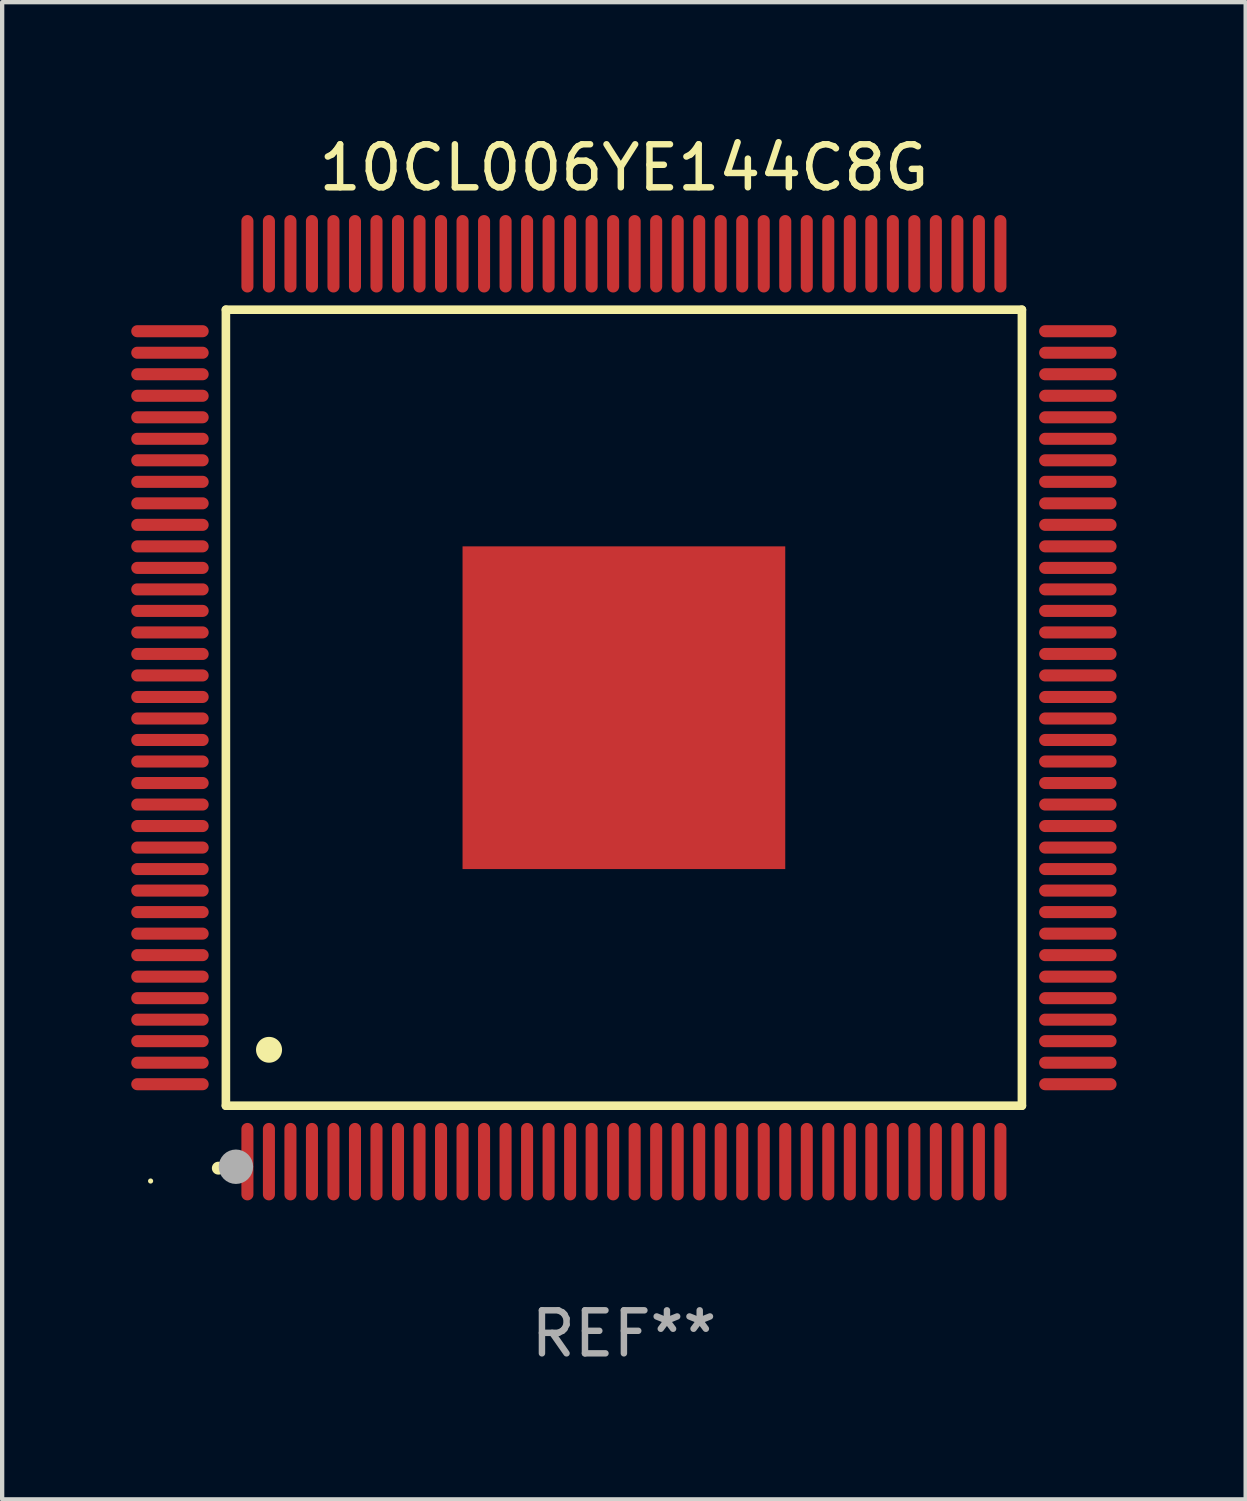
<source format=kicad_pcb>
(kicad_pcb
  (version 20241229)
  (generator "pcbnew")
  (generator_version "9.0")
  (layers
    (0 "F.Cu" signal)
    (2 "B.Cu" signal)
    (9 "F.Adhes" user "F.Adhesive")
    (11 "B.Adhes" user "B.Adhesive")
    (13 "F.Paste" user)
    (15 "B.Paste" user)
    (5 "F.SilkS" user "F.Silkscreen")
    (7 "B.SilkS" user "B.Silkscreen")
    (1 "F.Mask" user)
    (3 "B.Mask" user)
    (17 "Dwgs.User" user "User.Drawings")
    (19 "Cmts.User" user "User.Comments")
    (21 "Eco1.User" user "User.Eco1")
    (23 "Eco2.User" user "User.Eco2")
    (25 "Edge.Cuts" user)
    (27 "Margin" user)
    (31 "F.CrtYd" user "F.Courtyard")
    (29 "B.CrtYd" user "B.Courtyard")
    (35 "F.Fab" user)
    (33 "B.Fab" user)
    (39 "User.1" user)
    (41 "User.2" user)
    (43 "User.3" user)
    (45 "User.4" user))
  (footprint "10CL006YE144C8G"
    (layer "F.Cu")
    (at 11.45 13.398)
    (property "Reference" "10CL006YE144C8G" (at 0 -12.55 0) (layer "F.SilkS") (effects (font (size 1 1) (thickness 0.15))))
    (attr through_hole)
    (fp_line (start -9.25 -9.25) (end 9.25 -9.25) (stroke (width 0.2) (type solid)) (layer "F.SilkS"))
    (fp_line (start -9.25 9.25) (end -9.25 -9.25) (stroke (width 0.2) (type solid)) (layer "F.SilkS"))
    (fp_line (start 9.25 -9.25) (end 9.25 9.25) (stroke (width 0.2) (type solid)) (layer "F.SilkS"))
    (fp_line (start 9.25 9.25) (end -9.25 9.25) (stroke (width 0.2) (type solid)) (layer "F.SilkS"))
    (fp_arc (start -9.425959 10.701041) (mid -9.424689 10.701036) (end -9.423419 10.701041) (stroke (width 0.3) (type solid)) (layer "F.SilkS"))
    (fp_arc (start -8.249936 7.950216) (mid -8.247396 7.950205) (end -8.244856 7.950216) (stroke (width 0.6) (type solid)) (layer "F.SilkS"))
    (fp_circle (center -11 11) (end -10.97 11) (stroke (width 0.06) (type solid)) (fill no) (layer "F.SilkS"))
    (fp_circle (center -9.017 10.668) (end -8.817 10.668) (stroke (width 0.4) (type solid)) (fill no) (layer "F.Fab"))
    (fp_text user "REF**" (at 0 14.55 0) (layer "F.Fab") (effects (font (size 1 1) (thickness 0.15))))
    (pad "1" smd oval (at -8.75 10.55 180) (size 0.28 1.8) (layers "F.Cu" "F.Mask" "F.Paste"))
    (pad "2" smd oval (at -8.25 10.55 180) (size 0.28 1.8) (layers "F.Cu" "F.Mask" "F.Paste"))
    (pad "3" smd oval (at -7.75 10.55 180) (size 0.28 1.8) (layers "F.Cu" "F.Mask" "F.Paste"))
    (pad "4" smd oval (at -7.25 10.55 180) (size 0.28 1.8) (layers "F.Cu" "F.Mask" "F.Paste"))
    (pad "5" smd oval (at -6.75 10.55 180) (size 0.28 1.8) (layers "F.Cu" "F.Mask" "F.Paste"))
    (pad "6" smd oval (at -6.25 10.55 180) (size 0.28 1.8) (layers "F.Cu" "F.Mask" "F.Paste"))
    (pad "7" smd oval (at -5.75 10.55 180) (size 0.28 1.8) (layers "F.Cu" "F.Mask" "F.Paste"))
    (pad "8" smd oval (at -5.25 10.55 180) (size 0.28 1.8) (layers "F.Cu" "F.Mask" "F.Paste"))
    (pad "9" smd oval (at -4.75 10.55 180) (size 0.28 1.8) (layers "F.Cu" "F.Mask" "F.Paste"))
    (pad "10" smd oval (at -4.25 10.55 180) (size 0.28 1.8) (layers "F.Cu" "F.Mask" "F.Paste"))
    (pad "11" smd oval (at -3.75 10.55 180) (size 0.28 1.8) (layers "F.Cu" "F.Mask" "F.Paste"))
    (pad "12" smd oval (at -3.25 10.55 180) (size 0.28 1.8) (layers "F.Cu" "F.Mask" "F.Paste"))
    (pad "13" smd oval (at -2.75 10.55 180) (size 0.28 1.8) (layers "F.Cu" "F.Mask" "F.Paste"))
    (pad "14" smd oval (at -2.25 10.55 180) (size 0.28 1.8) (layers "F.Cu" "F.Mask" "F.Paste"))
    (pad "15" smd oval (at -1.75 10.55 180) (size 0.28 1.8) (layers "F.Cu" "F.Mask" "F.Paste"))
    (pad "16" smd oval (at -1.25 10.55 180) (size 0.28 1.8) (layers "F.Cu" "F.Mask" "F.Paste"))
    (pad "17" smd oval (at -0.75 10.55 180) (size 0.28 1.8) (layers "F.Cu" "F.Mask" "F.Paste"))
    (pad "18" smd oval (at -0.25 10.55 180) (size 0.28 1.8) (layers "F.Cu" "F.Mask" "F.Paste"))
    (pad "19" smd oval (at 0.25 10.55 180) (size 0.28 1.8) (layers "F.Cu" "F.Mask" "F.Paste"))
    (pad "20" smd oval (at 0.75 10.55 180) (size 0.28 1.8) (layers "F.Cu" "F.Mask" "F.Paste"))
    (pad "21" smd oval (at 1.25 10.55 180) (size 0.28 1.8) (layers "F.Cu" "F.Mask" "F.Paste"))
    (pad "22" smd oval (at 1.75 10.55 180) (size 0.28 1.8) (layers "F.Cu" "F.Mask" "F.Paste"))
    (pad "23" smd oval (at 2.25 10.55 180) (size 0.28 1.8) (layers "F.Cu" "F.Mask" "F.Paste"))
    (pad "24" smd oval (at 2.75 10.55 180) (size 0.28 1.8) (layers "F.Cu" "F.Mask" "F.Paste"))
    (pad "25" smd oval (at 3.25 10.55 180) (size 0.28 1.8) (layers "F.Cu" "F.Mask" "F.Paste"))
    (pad "26" smd oval (at 3.75 10.55 180) (size 0.28 1.8) (layers "F.Cu" "F.Mask" "F.Paste"))
    (pad "27" smd oval (at 4.25 10.55 180) (size 0.28 1.8) (layers "F.Cu" "F.Mask" "F.Paste"))
    (pad "28" smd oval (at 4.75 10.55 180) (size 0.28 1.8) (layers "F.Cu" "F.Mask" "F.Paste"))
    (pad "29" smd oval (at 5.25 10.55 180) (size 0.28 1.8) (layers "F.Cu" "F.Mask" "F.Paste"))
    (pad "30" smd oval (at 5.75 10.55 180) (size 0.28 1.8) (layers "F.Cu" "F.Mask" "F.Paste"))
    (pad "31" smd oval (at 6.25 10.55 180) (size 0.28 1.8) (layers "F.Cu" "F.Mask" "F.Paste"))
    (pad "32" smd oval (at 6.75 10.55 180) (size 0.28 1.8) (layers "F.Cu" "F.Mask" "F.Paste"))
    (pad "33" smd oval (at 7.25 10.55 180) (size 0.28 1.8) (layers "F.Cu" "F.Mask" "F.Paste"))
    (pad "34" smd oval (at 7.75 10.55 180) (size 0.28 1.8) (layers "F.Cu" "F.Mask" "F.Paste"))
    (pad "35" smd oval (at 8.25 10.55 180) (size 0.28 1.8) (layers "F.Cu" "F.Mask" "F.Paste"))
    (pad "36" smd oval (at 8.75 10.55 180) (size 0.28 1.8) (layers "F.Cu" "F.Mask" "F.Paste"))
    (pad "37" smd oval (at 10.55 8.75 90) (size 0.28 1.8) (layers "F.Cu" "F.Mask" "F.Paste"))
    (pad "38" smd oval (at 10.55 8.25 90) (size 0.28 1.8) (layers "F.Cu" "F.Mask" "F.Paste"))
    (pad "39" smd oval (at 10.55 7.75 90) (size 0.28 1.8) (layers "F.Cu" "F.Mask" "F.Paste"))
    (pad "40" smd oval (at 10.55 7.25 90) (size 0.28 1.8) (layers "F.Cu" "F.Mask" "F.Paste"))
    (pad "41" smd oval (at 10.55 6.75 90) (size 0.28 1.8) (layers "F.Cu" "F.Mask" "F.Paste"))
    (pad "42" smd oval (at 10.55 6.25 90) (size 0.28 1.8) (layers "F.Cu" "F.Mask" "F.Paste"))
    (pad "43" smd oval (at 10.55 5.75 90) (size 0.28 1.8) (layers "F.Cu" "F.Mask" "F.Paste"))
    (pad "44" smd oval (at 10.55 5.25 90) (size 0.28 1.8) (layers "F.Cu" "F.Mask" "F.Paste"))
    (pad "45" smd oval (at 10.55 4.75 90) (size 0.28 1.8) (layers "F.Cu" "F.Mask" "F.Paste"))
    (pad "46" smd oval (at 10.55 4.25 90) (size 0.28 1.8) (layers "F.Cu" "F.Mask" "F.Paste"))
    (pad "47" smd oval (at 10.55 3.75 90) (size 0.28 1.8) (layers "F.Cu" "F.Mask" "F.Paste"))
    (pad "48" smd oval (at 10.55 3.25 90) (size 0.28 1.8) (layers "F.Cu" "F.Mask" "F.Paste"))
    (pad "49" smd oval (at 10.55 2.75 90) (size 0.28 1.8) (layers "F.Cu" "F.Mask" "F.Paste"))
    (pad "50" smd oval (at 10.55 2.25 90) (size 0.28 1.8) (layers "F.Cu" "F.Mask" "F.Paste"))
    (pad "51" smd oval (at 10.55 1.75 90) (size 0.28 1.8) (layers "F.Cu" "F.Mask" "F.Paste"))
    (pad "52" smd oval (at 10.55 1.25 90) (size 0.28 1.8) (layers "F.Cu" "F.Mask" "F.Paste"))
    (pad "53" smd oval (at 10.55 0.75 90) (size 0.28 1.8) (layers "F.Cu" "F.Mask" "F.Paste"))
    (pad "54" smd oval (at 10.55 0.25 90) (size 0.28 1.8) (layers "F.Cu" "F.Mask" "F.Paste"))
    (pad "55" smd oval (at 10.55 -0.25 90) (size 0.28 1.8) (layers "F.Cu" "F.Mask" "F.Paste"))
    (pad "56" smd oval (at 10.55 -0.75 90) (size 0.28 1.8) (layers "F.Cu" "F.Mask" "F.Paste"))
    (pad "57" smd oval (at 10.55 -1.25 90) (size 0.28 1.8) (layers "F.Cu" "F.Mask" "F.Paste"))
    (pad "58" smd oval (at 10.55 -1.75 90) (size 0.28 1.8) (layers "F.Cu" "F.Mask" "F.Paste"))
    (pad "59" smd oval (at 10.55 -2.25 90) (size 0.28 1.8) (layers "F.Cu" "F.Mask" "F.Paste"))
    (pad "60" smd oval (at 10.55 -2.75 90) (size 0.28 1.8) (layers "F.Cu" "F.Mask" "F.Paste"))
    (pad "61" smd oval (at 10.55 -3.25 90) (size 0.28 1.8) (layers "F.Cu" "F.Mask" "F.Paste"))
    (pad "62" smd oval (at 10.55 -3.75 90) (size 0.28 1.8) (layers "F.Cu" "F.Mask" "F.Paste"))
    (pad "63" smd oval (at 10.55 -4.25 90) (size 0.28 1.8) (layers "F.Cu" "F.Mask" "F.Paste"))
    (pad "64" smd oval (at 10.55 -4.75 90) (size 0.28 1.8) (layers "F.Cu" "F.Mask" "F.Paste"))
    (pad "65" smd oval (at 10.55 -5.25 90) (size 0.28 1.8) (layers "F.Cu" "F.Mask" "F.Paste"))
    (pad "66" smd oval (at 10.55 -5.75 90) (size 0.28 1.8) (layers "F.Cu" "F.Mask" "F.Paste"))
    (pad "67" smd oval (at 10.55 -6.25 90) (size 0.28 1.8) (layers "F.Cu" "F.Mask" "F.Paste"))
    (pad "68" smd oval (at 10.55 -6.75 90) (size 0.28 1.8) (layers "F.Cu" "F.Mask" "F.Paste"))
    (pad "69" smd oval (at 10.55 -7.25 90) (size 0.28 1.8) (layers "F.Cu" "F.Mask" "F.Paste"))
    (pad "70" smd oval (at 10.55 -7.75 90) (size 0.28 1.8) (layers "F.Cu" "F.Mask" "F.Paste"))
    (pad "71" smd oval (at 10.55 -8.25 90) (size 0.28 1.8) (layers "F.Cu" "F.Mask" "F.Paste"))
    (pad "72" smd oval (at 10.55 -8.75 90) (size 0.28 1.8) (layers "F.Cu" "F.Mask" "F.Paste"))
    (pad "73" smd oval (at 8.75 -10.55 180) (size 0.28 1.8) (layers "F.Cu" "F.Mask" "F.Paste"))
    (pad "74" smd oval (at 8.25 -10.55 180) (size 0.28 1.8) (layers "F.Cu" "F.Mask" "F.Paste"))
    (pad "75" smd oval (at 7.75 -10.55 180) (size 0.28 1.8) (layers "F.Cu" "F.Mask" "F.Paste"))
    (pad "76" smd oval (at 7.25 -10.55 180) (size 0.28 1.8) (layers "F.Cu" "F.Mask" "F.Paste"))
    (pad "77" smd oval (at 6.75 -10.55 180) (size 0.28 1.8) (layers "F.Cu" "F.Mask" "F.Paste"))
    (pad "78" smd oval (at 6.25 -10.55 180) (size 0.28 1.8) (layers "F.Cu" "F.Mask" "F.Paste"))
    (pad "79" smd oval (at 5.75 -10.55 180) (size 0.28 1.8) (layers "F.Cu" "F.Mask" "F.Paste"))
    (pad "80" smd oval (at 5.25 -10.55 180) (size 0.28 1.8) (layers "F.Cu" "F.Mask" "F.Paste"))
    (pad "81" smd oval (at 4.75 -10.55 180) (size 0.28 1.8) (layers "F.Cu" "F.Mask" "F.Paste"))
    (pad "82" smd oval (at 4.25 -10.55 180) (size 0.28 1.8) (layers "F.Cu" "F.Mask" "F.Paste"))
    (pad "83" smd oval (at 3.75 -10.55 180) (size 0.28 1.8) (layers "F.Cu" "F.Mask" "F.Paste"))
    (pad "84" smd oval (at 3.25 -10.55 180) (size 0.28 1.8) (layers "F.Cu" "F.Mask" "F.Paste"))
    (pad "85" smd oval (at 2.75 -10.55 180) (size 0.28 1.8) (layers "F.Cu" "F.Mask" "F.Paste"))
    (pad "86" smd oval (at 2.25 -10.55 180) (size 0.28 1.8) (layers "F.Cu" "F.Mask" "F.Paste"))
    (pad "87" smd oval (at 1.75 -10.55 180) (size 0.28 1.8) (layers "F.Cu" "F.Mask" "F.Paste"))
    (pad "88" smd oval (at 1.25 -10.55 180) (size 0.28 1.8) (layers "F.Cu" "F.Mask" "F.Paste"))
    (pad "89" smd oval (at 0.75 -10.55 180) (size 0.28 1.8) (layers "F.Cu" "F.Mask" "F.Paste"))
    (pad "90" smd oval (at 0.25 -10.55 180) (size 0.28 1.8) (layers "F.Cu" "F.Mask" "F.Paste"))
    (pad "91" smd oval (at -0.25 -10.55 180) (size 0.28 1.8) (layers "F.Cu" "F.Mask" "F.Paste"))
    (pad "92" smd oval (at -0.75 -10.55 180) (size 0.28 1.8) (layers "F.Cu" "F.Mask" "F.Paste"))
    (pad "93" smd oval (at -1.25 -10.55 180) (size 0.28 1.8) (layers "F.Cu" "F.Mask" "F.Paste"))
    (pad "94" smd oval (at -1.75 -10.55 180) (size 0.28 1.8) (layers "F.Cu" "F.Mask" "F.Paste"))
    (pad "95" smd oval (at -2.25 -10.55 180) (size 0.28 1.8) (layers "F.Cu" "F.Mask" "F.Paste"))
    (pad "96" smd oval (at -2.75 -10.55 180) (size 0.28 1.8) (layers "F.Cu" "F.Mask" "F.Paste"))
    (pad "97" smd oval (at -3.25 -10.55 180) (size 0.28 1.8) (layers "F.Cu" "F.Mask" "F.Paste"))
    (pad "98" smd oval (at -3.75 -10.55 180) (size 0.28 1.8) (layers "F.Cu" "F.Mask" "F.Paste"))
    (pad "99" smd oval (at -4.25 -10.55 180) (size 0.28 1.8) (layers "F.Cu" "F.Mask" "F.Paste"))
    (pad "100" smd oval (at -4.75 -10.55 180) (size 0.28 1.8) (layers "F.Cu" "F.Mask" "F.Paste"))
    (pad "101" smd oval (at -5.25 -10.55 180) (size 0.28 1.8) (layers "F.Cu" "F.Mask" "F.Paste"))
    (pad "102" smd oval (at -5.75 -10.55 180) (size 0.28 1.8) (layers "F.Cu" "F.Mask" "F.Paste"))
    (pad "103" smd oval (at -6.25 -10.55 180) (size 0.28 1.8) (layers "F.Cu" "F.Mask" "F.Paste"))
    (pad "104" smd oval (at -6.75 -10.55 180) (size 0.28 1.8) (layers "F.Cu" "F.Mask" "F.Paste"))
    (pad "105" smd oval (at -7.25 -10.55 180) (size 0.28 1.8) (layers "F.Cu" "F.Mask" "F.Paste"))
    (pad "106" smd oval (at -7.75 -10.55 180) (size 0.28 1.8) (layers "F.Cu" "F.Mask" "F.Paste"))
    (pad "107" smd oval (at -8.25 -10.55 180) (size 0.28 1.8) (layers "F.Cu" "F.Mask" "F.Paste"))
    (pad "108" smd oval (at -8.75 -10.55 180) (size 0.28 1.8) (layers "F.Cu" "F.Mask" "F.Paste"))
    (pad "109" smd oval (at -10.55 -8.75 90) (size 0.28 1.8) (layers "F.Cu" "F.Mask" "F.Paste"))
    (pad "110" smd oval (at -10.55 -8.25 90) (size 0.28 1.8) (layers "F.Cu" "F.Mask" "F.Paste"))
    (pad "111" smd oval (at -10.55 -7.75 90) (size 0.28 1.8) (layers "F.Cu" "F.Mask" "F.Paste"))
    (pad "112" smd oval (at -10.55 -7.25 90) (size 0.28 1.8) (layers "F.Cu" "F.Mask" "F.Paste"))
    (pad "113" smd oval (at -10.55 -6.75 90) (size 0.28 1.8) (layers "F.Cu" "F.Mask" "F.Paste"))
    (pad "114" smd oval (at -10.55 -6.25 90) (size 0.28 1.8) (layers "F.Cu" "F.Mask" "F.Paste"))
    (pad "115" smd oval (at -10.55 -5.75 90) (size 0.28 1.8) (layers "F.Cu" "F.Mask" "F.Paste"))
    (pad "116" smd oval (at -10.55 -5.25 90) (size 0.28 1.8) (layers "F.Cu" "F.Mask" "F.Paste"))
    (pad "117" smd oval (at -10.55 -4.75 90) (size 0.28 1.8) (layers "F.Cu" "F.Mask" "F.Paste"))
    (pad "118" smd oval (at -10.55 -4.25 90) (size 0.28 1.8) (layers "F.Cu" "F.Mask" "F.Paste"))
    (pad "119" smd oval (at -10.55 -3.75 90) (size 0.28 1.8) (layers "F.Cu" "F.Mask" "F.Paste"))
    (pad "120" smd oval (at -10.55 -3.25 90) (size 0.28 1.8) (layers "F.Cu" "F.Mask" "F.Paste"))
    (pad "121" smd oval (at -10.55 -2.75 90) (size 0.28 1.8) (layers "F.Cu" "F.Mask" "F.Paste"))
    (pad "122" smd oval (at -10.55 -2.25 90) (size 0.28 1.8) (layers "F.Cu" "F.Mask" "F.Paste"))
    (pad "123" smd oval (at -10.55 -1.75 90) (size 0.28 1.8) (layers "F.Cu" "F.Mask" "F.Paste"))
    (pad "124" smd oval (at -10.55 -1.25 90) (size 0.28 1.8) (layers "F.Cu" "F.Mask" "F.Paste"))
    (pad "125" smd oval (at -10.55 -0.75 90) (size 0.28 1.8) (layers "F.Cu" "F.Mask" "F.Paste"))
    (pad "126" smd oval (at -10.55 -0.25 90) (size 0.28 1.8) (layers "F.Cu" "F.Mask" "F.Paste"))
    (pad "127" smd oval (at -10.55 0.25 90) (size 0.28 1.8) (layers "F.Cu" "F.Mask" "F.Paste"))
    (pad "128" smd oval (at -10.55 0.75 90) (size 0.28 1.8) (layers "F.Cu" "F.Mask" "F.Paste"))
    (pad "129" smd oval (at -10.55 1.25 90) (size 0.28 1.8) (layers "F.Cu" "F.Mask" "F.Paste"))
    (pad "130" smd oval (at -10.55 1.75 90) (size 0.28 1.8) (layers "F.Cu" "F.Mask" "F.Paste"))
    (pad "131" smd oval (at -10.55 2.25 90) (size 0.28 1.8) (layers "F.Cu" "F.Mask" "F.Paste"))
    (pad "132" smd oval (at -10.55 2.75 90) (size 0.28 1.8) (layers "F.Cu" "F.Mask" "F.Paste"))
    (pad "133" smd oval (at -10.55 3.25 90) (size 0.28 1.8) (layers "F.Cu" "F.Mask" "F.Paste"))
    (pad "134" smd oval (at -10.55 3.75 90) (size 0.28 1.8) (layers "F.Cu" "F.Mask" "F.Paste"))
    (pad "135" smd oval (at -10.55 4.25 90) (size 0.28 1.8) (layers "F.Cu" "F.Mask" "F.Paste"))
    (pad "136" smd oval (at -10.55 4.75 90) (size 0.28 1.8) (layers "F.Cu" "F.Mask" "F.Paste"))
    (pad "137" smd oval (at -10.55 5.25 90) (size 0.28 1.8) (layers "F.Cu" "F.Mask" "F.Paste"))
    (pad "138" smd oval (at -10.55 5.75 90) (size 0.28 1.8) (layers "F.Cu" "F.Mask" "F.Paste"))
    (pad "139" smd oval (at -10.55 6.25 90) (size 0.28 1.8) (layers "F.Cu" "F.Mask" "F.Paste"))
    (pad "140" smd oval (at -10.55 6.75 90) (size 0.28 1.8) (layers "F.Cu" "F.Mask" "F.Paste"))
    (pad "141" smd oval (at -10.55 7.25 90) (size 0.28 1.8) (layers "F.Cu" "F.Mask" "F.Paste"))
    (pad "142" smd oval (at -10.55 7.75 90) (size 0.28 1.8) (layers "F.Cu" "F.Mask" "F.Paste"))
    (pad "143" smd oval (at -10.55 8.25 90) (size 0.28 1.8) (layers "F.Cu" "F.Mask" "F.Paste"))
    (pad "144" smd oval (at -10.55 8.75 90) (size 0.28 1.8) (layers "F.Cu" "F.Mask" "F.Paste"))
    (pad "145" smd rect (at 0 0 90) (size 7.5 7.5) (layers "F.Cu" "F.Mask" "F.Paste")))
  (gr_rect
    (start -3 -3)
    (end 25.9 31.796)
    (stroke (width 0.1) (type default))
    (fill no)
    (layer "Edge.Cuts")))
</source>
